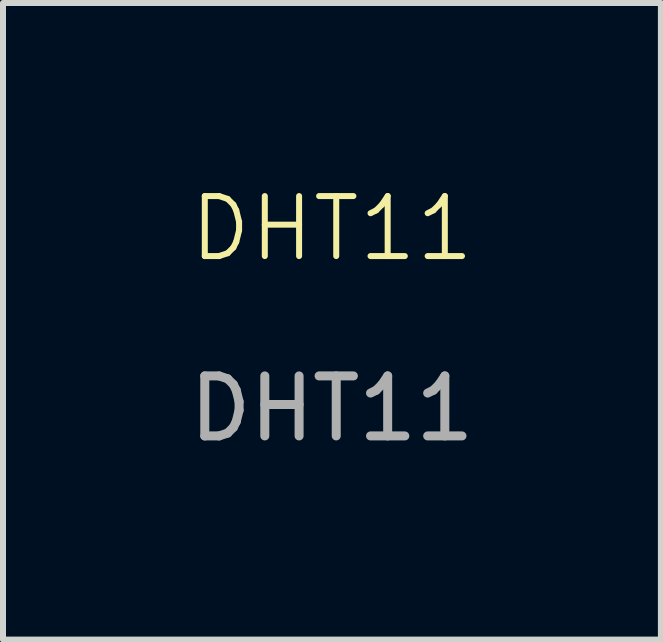
<source format=kicad_pcb>
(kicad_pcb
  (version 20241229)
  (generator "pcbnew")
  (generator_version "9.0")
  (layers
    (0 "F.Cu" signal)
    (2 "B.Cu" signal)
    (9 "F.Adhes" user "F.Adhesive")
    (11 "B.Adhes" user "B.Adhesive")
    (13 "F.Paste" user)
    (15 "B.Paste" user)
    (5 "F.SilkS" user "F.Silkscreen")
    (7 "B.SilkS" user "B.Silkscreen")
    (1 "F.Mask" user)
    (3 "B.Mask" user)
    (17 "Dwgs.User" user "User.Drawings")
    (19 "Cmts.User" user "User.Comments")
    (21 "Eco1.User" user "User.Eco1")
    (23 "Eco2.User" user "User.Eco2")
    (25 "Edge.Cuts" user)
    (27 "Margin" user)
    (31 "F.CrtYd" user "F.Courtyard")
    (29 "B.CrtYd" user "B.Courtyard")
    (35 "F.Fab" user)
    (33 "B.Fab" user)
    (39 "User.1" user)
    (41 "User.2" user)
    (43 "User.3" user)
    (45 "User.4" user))
  (footprint "DHT11"
    (layer "F.Cu")
    (at 2.482 1.26)
    (property "Reference" "DHT11" (at 0 -0.5 0) (unlocked yes) (layer "F.SilkS") (effects (font (size 1 1) (thickness 0.1))))
    (attr through_hole)
    (fp_text user "${REFERENCE}" (at 0 2.5 0) (unlocked yes) (layer "F.Fab") (effects (font (size 1 1) (thickness 0.15)))))
  (gr_rect
    (start -3 -3)
    (end 7.964 7.609)
    (stroke (width 0.1) (type default))
    (fill no)
    (layer "Edge.Cuts")))
</source>
